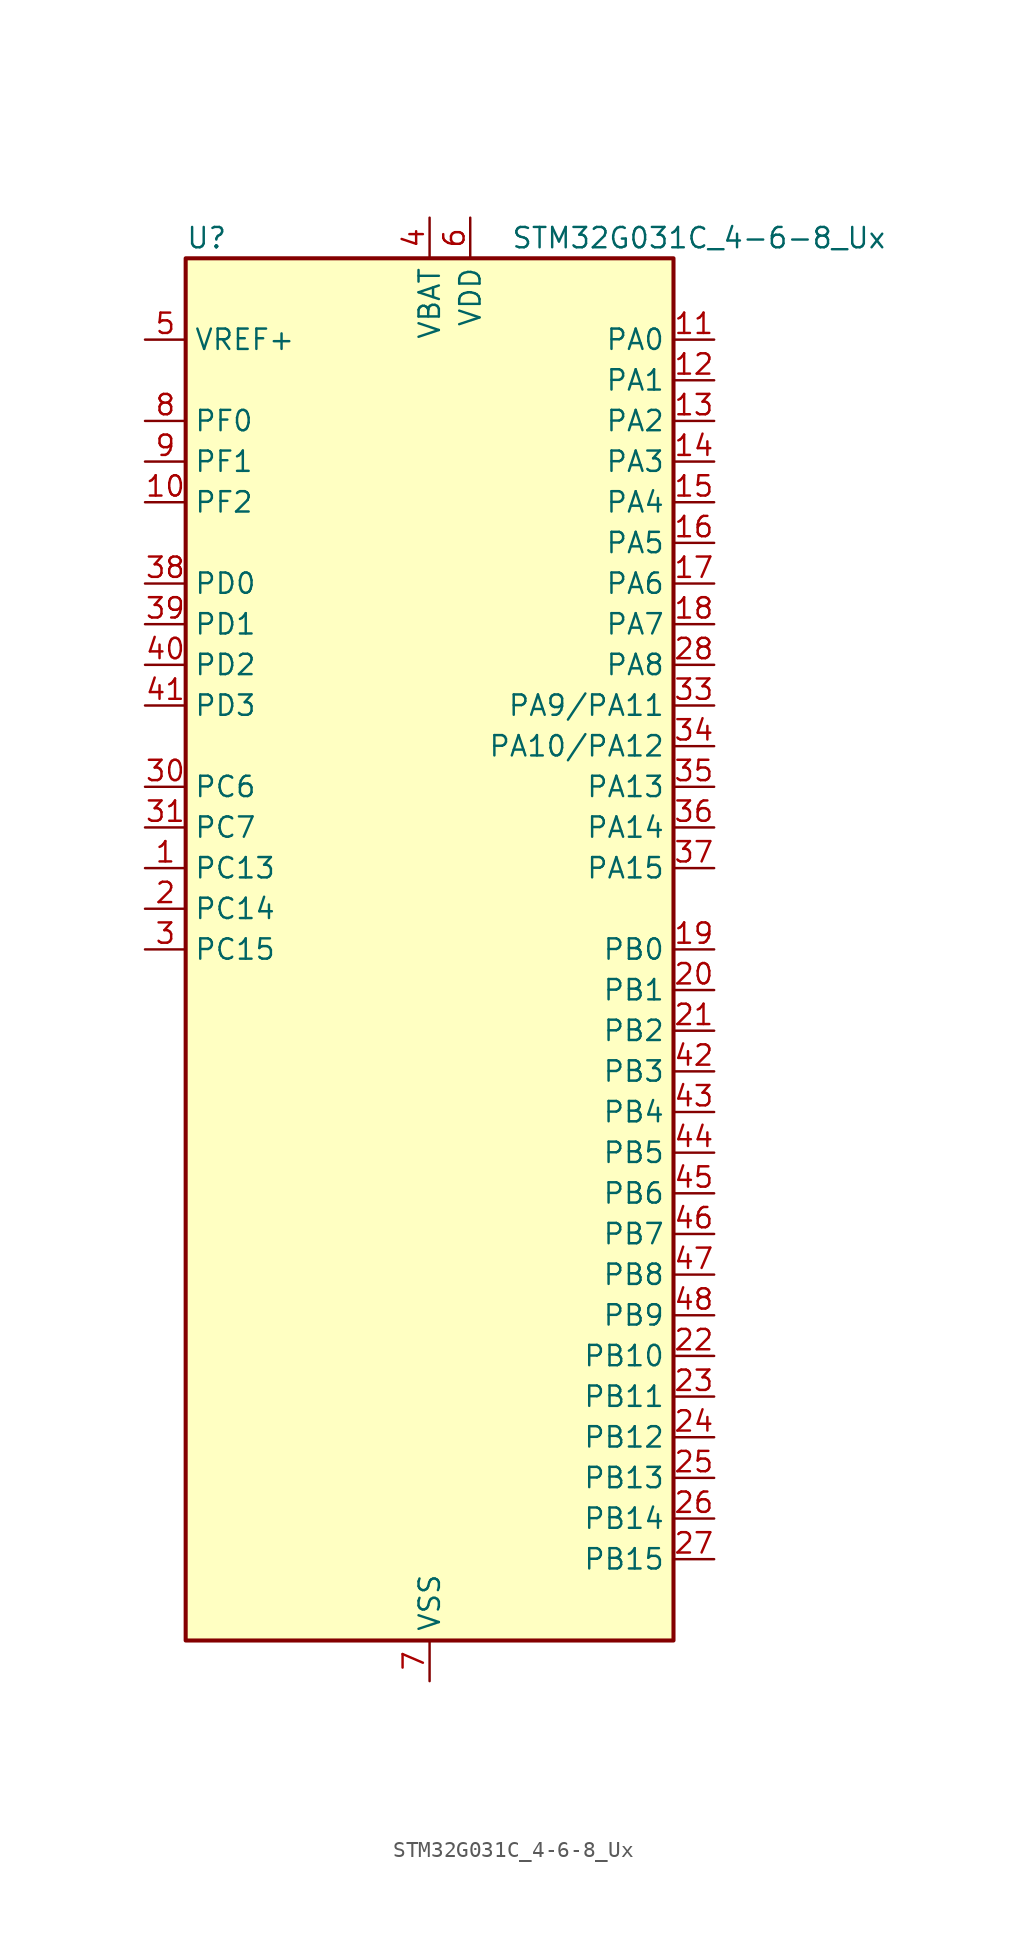
<source format=kicad_sym>
(kicad_symbol_lib
  (version 20231120)
  (generator "kicad-library-utils")
  (generator_version "8.0")
  (symbol "STM32G031C_4-6-8_Ux"
    (property "Reference" "U"
      (at -15.24 44.45 0)
      (effects (font (size 1.27 1.27)) (justify left)))
    (property "Value" "STM32G031C_4-6-8_Ux"
      (at 5.08 44.45 0)
      (effects (font (size 1.27 1.27)) (justify left)))
    (symbol "STM32G031C_4-6-8_Ux_0_1"
      (rectangle (start -15.24 -43.18) (end 15.24 43.18) (stroke (width 0.254) (type default)) (fill (type background))))
    (symbol "STM32G031C_4-6-8_Ux_1_1"
      (pin bidirectional line (at -17.78 5.08 0) (length 2.54) (name "PC13" (effects (font (size 1.27 1.27)))) (number "1" (effects (font (size 1.27 1.27)))) (alternate "RTC_OUT_ALARM" bidirectional line) (alternate "RTC_OUT_CALIB" bidirectional line) (alternate "RTC_TAMP_IN1" bidirectional line) (alternate "RTC_TS" bidirectional line) (alternate "SYS_WKUP2" bidirectional line) (alternate "TIM1_BK" bidirectional line))
      (pin bidirectional line (at -17.78 27.94 0) (length 2.54) (name "PF2" (effects (font (size 1.27 1.27)))) (number "10" (effects (font (size 1.27 1.27)))) (alternate "RCC_MCO" bidirectional line))
      (pin bidirectional line (at 17.78 38.1 180) (length 2.54) (name "PA0" (effects (font (size 1.27 1.27)))) (number "11" (effects (font (size 1.27 1.27)))) (alternate "ADC1_IN0" bidirectional line) (alternate "LPTIM1_OUT" bidirectional line) (alternate "RTC_TAMP_IN2" bidirectional line) (alternate "SPI2_SCK" bidirectional line) (alternate "SYS_WKUP1" bidirectional line) (alternate "TIM2_CH1" bidirectional line) (alternate "TIM2_ETR" bidirectional line) (alternate "USART2_CTS" bidirectional line) (alternate "USART2_NSS" bidirectional line))
      (pin bidirectional line (at 17.78 35.56 180) (length 2.54) (name "PA1" (effects (font (size 1.27 1.27)))) (number "12" (effects (font (size 1.27 1.27)))) (alternate "ADC1_IN1" bidirectional line) (alternate "I2C1_SMBA" bidirectional line) (alternate "I2S1_CK" bidirectional line) (alternate "SPI1_SCK" bidirectional line) (alternate "TIM2_CH2" bidirectional line) (alternate "USART2_CK" bidirectional line) (alternate "USART2_DE" bidirectional line) (alternate "USART2_RTS" bidirectional line))
      (pin bidirectional line (at 17.78 33.02 180) (length 2.54) (name "PA2" (effects (font (size 1.27 1.27)))) (number "13" (effects (font (size 1.27 1.27)))) (alternate "ADC1_IN2" bidirectional line) (alternate "I2S1_SD" bidirectional line) (alternate "LPUART1_TX" bidirectional line) (alternate "RCC_LSCO" bidirectional line) (alternate "SPI1_MOSI" bidirectional line) (alternate "SYS_WKUP4" bidirectional line) (alternate "TIM2_CH3" bidirectional line) (alternate "USART2_TX" bidirectional line))
      (pin bidirectional line (at 17.78 30.48 180) (length 2.54) (name "PA3" (effects (font (size 1.27 1.27)))) (number "14" (effects (font (size 1.27 1.27)))) (alternate "ADC1_IN3" bidirectional line) (alternate "LPUART1_RX" bidirectional line) (alternate "SPI2_MISO" bidirectional line) (alternate "TIM2_CH4" bidirectional line) (alternate "USART2_RX" bidirectional line))
      (pin bidirectional line (at 17.78 27.94 180) (length 2.54) (name "PA4" (effects (font (size 1.27 1.27)))) (number "15" (effects (font (size 1.27 1.27)))) (alternate "ADC1_IN4" bidirectional line) (alternate "I2S1_WS" bidirectional line) (alternate "LPTIM2_OUT" bidirectional line) (alternate "RTC_OUT_ALARM" bidirectional line) (alternate "RTC_OUT_CALIB" bidirectional line) (alternate "SPI1_NSS" bidirectional line) (alternate "SPI2_MOSI" bidirectional line) (alternate "TIM14_CH1" bidirectional line))
      (pin bidirectional line (at 17.78 25.4 180) (length 2.54) (name "PA5" (effects (font (size 1.27 1.27)))) (number "16" (effects (font (size 1.27 1.27)))) (alternate "ADC1_IN5" bidirectional line) (alternate "I2S1_CK" bidirectional line) (alternate "LPTIM2_ETR" bidirectional line) (alternate "SPI1_SCK" bidirectional line) (alternate "TIM2_CH1" bidirectional line) (alternate "TIM2_ETR" bidirectional line))
      (pin bidirectional line (at 17.78 22.86 180) (length 2.54) (name "PA6" (effects (font (size 1.27 1.27)))) (number "17" (effects (font (size 1.27 1.27)))) (alternate "ADC1_IN6" bidirectional line) (alternate "I2S1_MCK" bidirectional line) (alternate "LPUART1_CTS" bidirectional line) (alternate "SPI1_MISO" bidirectional line) (alternate "TIM16_CH1" bidirectional line) (alternate "TIM1_BK" bidirectional line) (alternate "TIM3_CH1" bidirectional line))
      (pin bidirectional line (at 17.78 20.32 180) (length 2.54) (name "PA7" (effects (font (size 1.27 1.27)))) (number "18" (effects (font (size 1.27 1.27)))) (alternate "ADC1_IN7" bidirectional line) (alternate "I2S1_SD" bidirectional line) (alternate "SPI1_MOSI" bidirectional line) (alternate "TIM14_CH1" bidirectional line) (alternate "TIM17_CH1" bidirectional line) (alternate "TIM1_CH1N" bidirectional line) (alternate "TIM3_CH2" bidirectional line))
      (pin bidirectional line (at 17.78 0 180) (length 2.54) (name "PB0" (effects (font (size 1.27 1.27)))) (number "19" (effects (font (size 1.27 1.27)))) (alternate "ADC1_IN8" bidirectional line) (alternate "I2S1_WS" bidirectional line) (alternate "LPTIM1_OUT" bidirectional line) (alternate "SPI1_NSS" bidirectional line) (alternate "TIM1_CH2N" bidirectional line) (alternate "TIM3_CH3" bidirectional line))
      (pin bidirectional line (at -17.78 2.54 0) (length 2.54) (name "PC14" (effects (font (size 1.27 1.27)))) (number "2" (effects (font (size 1.27 1.27)))) (alternate "RCC_OSC32_IN" bidirectional line) (alternate "TIM1_BK2" bidirectional line))
      (pin bidirectional line (at 17.78 -2.54 180) (length 2.54) (name "PB1" (effects (font (size 1.27 1.27)))) (number "20" (effects (font (size 1.27 1.27)))) (alternate "ADC1_IN9" bidirectional line) (alternate "LPTIM2_IN1" bidirectional line) (alternate "LPUART1_DE" bidirectional line) (alternate "LPUART1_RTS" bidirectional line) (alternate "TIM14_CH1" bidirectional line) (alternate "TIM1_CH3N" bidirectional line) (alternate "TIM3_CH4" bidirectional line))
      (pin bidirectional line (at 17.78 -5.08 180) (length 2.54) (name "PB2" (effects (font (size 1.27 1.27)))) (number "21" (effects (font (size 1.27 1.27)))) (alternate "ADC1_IN10" bidirectional line) (alternate "LPTIM1_OUT" bidirectional line) (alternate "SPI2_MISO" bidirectional line))
      (pin bidirectional line (at 17.78 -25.4 180) (length 2.54) (name "PB10" (effects (font (size 1.27 1.27)))) (number "22" (effects (font (size 1.27 1.27)))) (alternate "ADC1_IN11" bidirectional line) (alternate "I2C2_SCL" bidirectional line) (alternate "LPUART1_RX" bidirectional line) (alternate "SPI2_SCK" bidirectional line) (alternate "TIM2_CH3" bidirectional line))
      (pin bidirectional line (at 17.78 -27.94 180) (length 2.54) (name "PB11" (effects (font (size 1.27 1.27)))) (number "23" (effects (font (size 1.27 1.27)))) (alternate "ADC1_EXTI11" bidirectional line) (alternate "ADC1_IN15" bidirectional line) (alternate "I2C2_SDA" bidirectional line) (alternate "LPUART1_TX" bidirectional line) (alternate "SPI2_MOSI" bidirectional line) (alternate "TIM2_CH4" bidirectional line))
      (pin bidirectional line (at 17.78 -30.48 180) (length 2.54) (name "PB12" (effects (font (size 1.27 1.27)))) (number "24" (effects (font (size 1.27 1.27)))) (alternate "ADC1_IN16" bidirectional line) (alternate "LPUART1_DE" bidirectional line) (alternate "LPUART1_RTS" bidirectional line) (alternate "SPI2_NSS" bidirectional line) (alternate "TIM1_BK" bidirectional line))
      (pin bidirectional line (at 17.78 -33.02 180) (length 2.54) (name "PB13" (effects (font (size 1.27 1.27)))) (number "25" (effects (font (size 1.27 1.27)))) (alternate "I2C2_SCL" bidirectional line) (alternate "LPUART1_CTS" bidirectional line) (alternate "SPI2_SCK" bidirectional line) (alternate "TIM1_CH1N" bidirectional line))
      (pin bidirectional line (at 17.78 -35.56 180) (length 2.54) (name "PB14" (effects (font (size 1.27 1.27)))) (number "26" (effects (font (size 1.27 1.27)))) (alternate "I2C2_SDA" bidirectional line) (alternate "SPI2_MISO" bidirectional line) (alternate "TIM1_CH2N" bidirectional line))
      (pin bidirectional line (at 17.78 -38.1 180) (length 2.54) (name "PB15" (effects (font (size 1.27 1.27)))) (number "27" (effects (font (size 1.27 1.27)))) (alternate "RTC_REFIN" bidirectional line) (alternate "SPI2_MOSI" bidirectional line) (alternate "TIM1_CH3N" bidirectional line))
      (pin bidirectional line (at 17.78 17.78 180) (length 2.54) (name "PA8" (effects (font (size 1.27 1.27)))) (number "28" (effects (font (size 1.27 1.27)))) (alternate "LPTIM2_OUT" bidirectional line) (alternate "RCC_MCO" bidirectional line) (alternate "SPI2_NSS" bidirectional line) (alternate "TIM1_CH1" bidirectional line))
      (pin no_connect line (at -15.24 -43.18 0) (length 2.54) hide (name "NC/PA9" (effects (font (size 1.27 1.27)))) (number "29" (effects (font (size 1.27 1.27)))) (alternate "NC" bidirectional line) (alternate "PA9" bidirectional line) (alternate "I2C1_SCL (PA9)" bidirectional line) (alternate "RCC_MCO (PA9)" bidirectional line) (alternate "SPI2_MISO (PA9)" bidirectional line) (alternate "TIM1_CH2 (PA9)" bidirectional line) (alternate "USART1_TX (PA9)" bidirectional line))
      (pin bidirectional line (at -17.78 0 0) (length 2.54) (name "PC15" (effects (font (size 1.27 1.27)))) (number "3" (effects (font (size 1.27 1.27)))) (alternate "RCC_OSC32_EN" bidirectional line) (alternate "RCC_OSC32_OUT" bidirectional line) (alternate "RCC_OSC_EN" bidirectional line))
      (pin bidirectional line (at -17.78 10.16 0) (length 2.54) (name "PC6" (effects (font (size 1.27 1.27)))) (number "30" (effects (font (size 1.27 1.27)))) (alternate "TIM2_CH3" bidirectional line) (alternate "TIM3_CH1" bidirectional line))
      (pin bidirectional line (at -17.78 7.62 0) (length 2.54) (name "PC7" (effects (font (size 1.27 1.27)))) (number "31" (effects (font (size 1.27 1.27)))) (alternate "TIM2_CH4" bidirectional line) (alternate "TIM3_CH2" bidirectional line))
      (pin no_connect line (at -15.24 -40.64 0) (length 2.54) hide (name "NC/PA10" (effects (font (size 1.27 1.27)))) (number "32" (effects (font (size 1.27 1.27)))) (alternate "NC" bidirectional line) (alternate "PA10" bidirectional line) (alternate "I2C1_SDA (PA10)" bidirectional line) (alternate "SPI2_MOSI (PA10)" bidirectional line) (alternate "TIM17_BK (PA10)" bidirectional line) (alternate "TIM1_CH3 (PA10)" bidirectional line) (alternate "USART1_RX (PA10)" bidirectional line))
      (pin bidirectional line (at 17.78 15.24 180) (length 2.54) (name "PA9/PA11" (effects (font (size 1.27 1.27)))) (number "33" (effects (font (size 1.27 1.27)))) (alternate "PA9" bidirectional line) (alternate "I2C1_SCL (PA9)" bidirectional line) (alternate "RCC_MCO (PA9)" bidirectional line) (alternate "SPI2_MISO (PA9)" bidirectional line) (alternate "TIM1_CH2 (PA9)" bidirectional line) (alternate "USART1_TX (PA9)" bidirectional line) (alternate "PA11" bidirectional line) (alternate "ADC1_EXTI11 (PA11)" bidirectional line) (alternate "I2C2_SCL (PA11)" bidirectional line) (alternate "I2S1_MCK (PA11)" bidirectional line) (alternate "SPI1_MISO (PA11)" bidirectional line) (alternate "TIM1_BK2 (PA11)" bidirectional line) (alternate "TIM1_CH4 (PA11)" bidirectional line) (alternate "USART1_CTS (PA11)" bidirectional line) (alternate "USART1_NSS (PA11)" bidirectional line))
      (pin bidirectional line (at 17.78 12.7 180) (length 2.54) (name "PA10/PA12" (effects (font (size 1.27 1.27)))) (number "34" (effects (font (size 1.27 1.27)))) (alternate "PA10" bidirectional line) (alternate "I2C1_SDA (PA10)" bidirectional line) (alternate "SPI2_MOSI (PA10)" bidirectional line) (alternate "TIM17_BK (PA10)" bidirectional line) (alternate "TIM1_CH3 (PA10)" bidirectional line) (alternate "USART1_RX (PA10)" bidirectional line) (alternate "PA12" bidirectional line) (alternate "I2C2_SDA (PA12)" bidirectional line) (alternate "I2S1_SD (PA12)" bidirectional line) (alternate "I2S_CKIN (PA12)" bidirectional line) (alternate "SPI1_MOSI (PA12)" bidirectional line) (alternate "TIM1_ETR (PA12)" bidirectional line) (alternate "USART1_CK (PA12)" bidirectional line) (alternate "USART1_DE (PA12)" bidirectional line) (alternate "USART1_RTS (PA12)" bidirectional line))
      (pin bidirectional line (at 17.78 10.16 180) (length 2.54) (name "PA13" (effects (font (size 1.27 1.27)))) (number "35" (effects (font (size 1.27 1.27)))) (alternate "ADC1_IN17" bidirectional line) (alternate "IR_OUT" bidirectional line) (alternate "SYS_SWDIO" bidirectional line))
      (pin bidirectional line (at 17.78 7.62 180) (length 2.54) (name "PA14" (effects (font (size 1.27 1.27)))) (number "36" (effects (font (size 1.27 1.27)))) (alternate "ADC1_IN18" bidirectional line) (alternate "SYS_SWCLK" bidirectional line) (alternate "USART2_TX" bidirectional line))
      (pin bidirectional line (at 17.78 5.08 180) (length 2.54) (name "PA15" (effects (font (size 1.27 1.27)))) (number "37" (effects (font (size 1.27 1.27)))) (alternate "I2S1_WS" bidirectional line) (alternate "SPI1_NSS" bidirectional line) (alternate "TIM2_CH1" bidirectional line) (alternate "TIM2_ETR" bidirectional line) (alternate "USART2_RX" bidirectional line))
      (pin bidirectional line (at -17.78 22.86 0) (length 2.54) (name "PD0" (effects (font (size 1.27 1.27)))) (number "38" (effects (font (size 1.27 1.27)))) (alternate "SPI2_NSS" bidirectional line) (alternate "TIM16_CH1" bidirectional line))
      (pin bidirectional line (at -17.78 20.32 0) (length 2.54) (name "PD1" (effects (font (size 1.27 1.27)))) (number "39" (effects (font (size 1.27 1.27)))) (alternate "SPI2_SCK" bidirectional line) (alternate "TIM17_CH1" bidirectional line))
      (pin power_in line (at 0 45.72 270) (length 2.54) (name "VBAT" (effects (font (size 1.27 1.27)))) (number "4" (effects (font (size 1.27 1.27)))))
      (pin bidirectional line (at -17.78 17.78 0) (length 2.54) (name "PD2" (effects (font (size 1.27 1.27)))) (number "40" (effects (font (size 1.27 1.27)))) (alternate "TIM1_CH1N" bidirectional line) (alternate "TIM3_ETR" bidirectional line))
      (pin bidirectional line (at -17.78 15.24 0) (length 2.54) (name "PD3" (effects (font (size 1.27 1.27)))) (number "41" (effects (font (size 1.27 1.27)))) (alternate "SPI2_MISO" bidirectional line) (alternate "TIM1_CH2N" bidirectional line) (alternate "USART2_CTS" bidirectional line) (alternate "USART2_NSS" bidirectional line))
      (pin bidirectional line (at 17.78 -7.62 180) (length 2.54) (name "PB3" (effects (font (size 1.27 1.27)))) (number "42" (effects (font (size 1.27 1.27)))) (alternate "I2S1_CK" bidirectional line) (alternate "SPI1_SCK" bidirectional line) (alternate "TIM1_CH2" bidirectional line) (alternate "TIM2_CH2" bidirectional line) (alternate "USART1_CK" bidirectional line) (alternate "USART1_DE" bidirectional line) (alternate "USART1_RTS" bidirectional line))
      (pin bidirectional line (at 17.78 -10.16 180) (length 2.54) (name "PB4" (effects (font (size 1.27 1.27)))) (number "43" (effects (font (size 1.27 1.27)))) (alternate "I2S1_MCK" bidirectional line) (alternate "SPI1_MISO" bidirectional line) (alternate "TIM17_BK" bidirectional line) (alternate "TIM3_CH1" bidirectional line) (alternate "USART1_CTS" bidirectional line) (alternate "USART1_NSS" bidirectional line))
      (pin bidirectional line (at 17.78 -12.7 180) (length 2.54) (name "PB5" (effects (font (size 1.27 1.27)))) (number "44" (effects (font (size 1.27 1.27)))) (alternate "I2C1_SMBA" bidirectional line) (alternate "I2S1_SD" bidirectional line) (alternate "LPTIM1_IN1" bidirectional line) (alternate "SPI1_MOSI" bidirectional line) (alternate "SYS_WKUP6" bidirectional line) (alternate "TIM16_BK" bidirectional line) (alternate "TIM3_CH2" bidirectional line))
      (pin bidirectional line (at 17.78 -15.24 180) (length 2.54) (name "PB6" (effects (font (size 1.27 1.27)))) (number "45" (effects (font (size 1.27 1.27)))) (alternate "I2C1_SCL" bidirectional line) (alternate "LPTIM1_ETR" bidirectional line) (alternate "SPI2_MISO" bidirectional line) (alternate "TIM16_CH1N" bidirectional line) (alternate "TIM1_CH3" bidirectional line) (alternate "USART1_TX" bidirectional line))
      (pin bidirectional line (at 17.78 -17.78 180) (length 2.54) (name "PB7" (effects (font (size 1.27 1.27)))) (number "46" (effects (font (size 1.27 1.27)))) (alternate "I2C1_SDA" bidirectional line) (alternate "LPTIM1_IN2" bidirectional line) (alternate "SPI2_MOSI" bidirectional line) (alternate "SYS_PVD_IN" bidirectional line) (alternate "TIM17_CH1N" bidirectional line) (alternate "USART1_RX" bidirectional line))
      (pin bidirectional line (at 17.78 -20.32 180) (length 2.54) (name "PB8" (effects (font (size 1.27 1.27)))) (number "47" (effects (font (size 1.27 1.27)))) (alternate "I2C1_SCL" bidirectional line) (alternate "SPI2_SCK" bidirectional line) (alternate "TIM16_CH1" bidirectional line))
      (pin bidirectional line (at 17.78 -22.86 180) (length 2.54) (name "PB9" (effects (font (size 1.27 1.27)))) (number "48" (effects (font (size 1.27 1.27)))) (alternate "I2C1_SDA" bidirectional line) (alternate "IR_OUT" bidirectional line) (alternate "SPI2_NSS" bidirectional line) (alternate "TIM17_CH1" bidirectional line))
      (pin passive line (at 0 -45.72 90) (length 2.54) hide (name "VSS" (effects (font (size 1.27 1.27)))) (number "49" (effects (font (size 1.27 1.27)))))
      (pin input line (at -17.78 38.1 0) (length 2.54) (name "VREF+" (effects (font (size 1.27 1.27)))) (number "5" (effects (font (size 1.27 1.27)))) (alternate "VREFBUF_OUT" bidirectional line))
      (pin power_in line (at 2.54 45.72 270) (length 2.54) (name "VDD" (effects (font (size 1.27 1.27)))) (number "6" (effects (font (size 1.27 1.27)))))
      (pin power_in line (at 0 -45.72 90) (length 2.54) (name "VSS" (effects (font (size 1.27 1.27)))) (number "7" (effects (font (size 1.27 1.27)))))
      (pin bidirectional line (at -17.78 33.02 0) (length 2.54) (name "PF0" (effects (font (size 1.27 1.27)))) (number "8" (effects (font (size 1.27 1.27)))) (alternate "RCC_OSC_IN" bidirectional line) (alternate "TIM14_CH1" bidirectional line))
      (pin bidirectional line (at -17.78 30.48 0) (length 2.54) (name "PF1" (effects (font (size 1.27 1.27)))) (number "9" (effects (font (size 1.27 1.27)))) (alternate "RCC_OSC_EN" bidirectional line) (alternate "RCC_OSC_OUT" bidirectional line)))))
</source>
